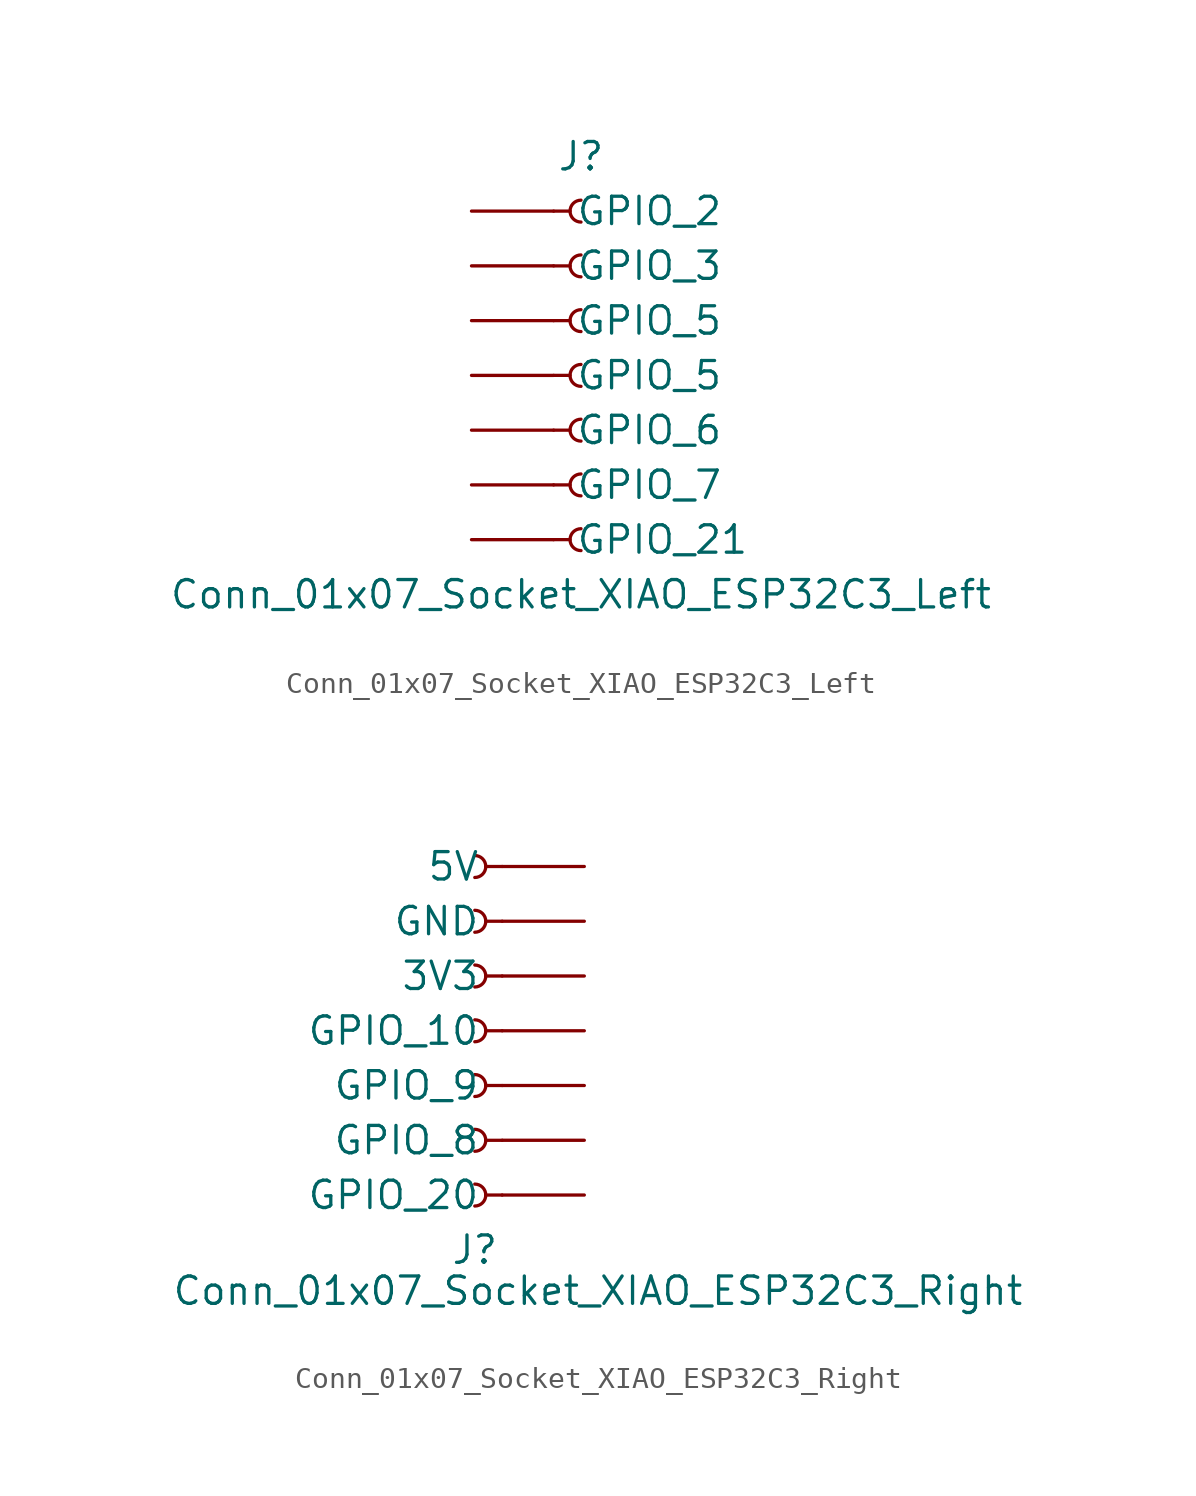
<source format=kicad_sym>
(kicad_symbol_lib
  (version 20241209)
  (generator "kicad_symbol_editor")
  (generator_version "9.0")
  (symbol "Conn_01x07_Socket_XIAO_ESP32C3_Left"
    (pin_numbers
      (hide yes))
    (pin_names
      (offset 1.016))
    (property "Reference" "J"
      (at 0 10.16 0)
      (effects (font (size 1.27 1.27))))
    (property "Value" "Conn_01x07_Socket_XIAO_ESP32C3_Left"
      (at 0 -10.16 0)
      (effects (font (size 1.27 1.27))))
    (symbol "Conn_01x07_Socket_XIAO_ESP32C3_Left_1_1"
      (polyline (pts (xy -1.27 7.62) (xy -0.508 7.62)) (stroke (width 0.152) (type default)) (fill (type none)))
      (polyline (pts (xy -1.27 5.08) (xy -0.508 5.08)) (stroke (width 0.152) (type default)) (fill (type none)))
      (polyline (pts (xy -1.27 2.54) (xy -0.508 2.54)) (stroke (width 0.152) (type default)) (fill (type none)))
      (polyline (pts (xy -1.27 0) (xy -0.508 0)) (stroke (width 0.152) (type default)) (fill (type none)))
      (polyline (pts (xy -1.27 -2.54) (xy -0.508 -2.54)) (stroke (width 0.152) (type default)) (fill (type none)))
      (polyline (pts (xy -1.27 -5.08) (xy -0.508 -5.08)) (stroke (width 0.152) (type default)) (fill (type none)))
      (polyline (pts (xy -1.27 -7.62) (xy -0.508 -7.62)) (stroke (width 0.152) (type default)) (fill (type none)))
      (arc (start 0 7.112) (mid -0.5058 7.62) (end 0 8.128) (stroke (width 0.1524) (type default)) (fill (type none)))
      (arc (start 0 4.572) (mid -0.5058 5.08) (end 0 5.588) (stroke (width 0.1524) (type default)) (fill (type none)))
      (arc (start 0 2.032) (mid -0.5058 2.54) (end 0 3.048) (stroke (width 0.1524) (type default)) (fill (type none)))
      (arc (start 0 -0.508) (mid -0.5058 0) (end 0 0.508) (stroke (width 0.1524) (type default)) (fill (type none)))
      (arc (start 0 -3.048) (mid -0.5058 -2.54) (end 0 -2.032) (stroke (width 0.1524) (type default)) (fill (type none)))
      (arc (start 0 -5.588) (mid -0.5058 -5.08) (end 0 -4.572) (stroke (width 0.1524) (type default)) (fill (type none)))
      (arc (start 0 -8.128) (mid -0.5058 -7.62) (end 0 -7.112) (stroke (width 0.1524) (type default)) (fill (type none)))
      (pin passive line (at -5.08 7.62 0) (length 3.81) (name "GPIO_2" (effects (font (size 1.27 1.27)))) (number "1" (effects (font (size 1.27 1.27)))))
      (pin passive line (at -5.08 5.08 0) (length 3.81) (name "GPIO_3" (effects (font (size 1.27 1.27)))) (number "2" (effects (font (size 1.27 1.27)))))
      (pin passive line (at -5.08 2.54 0) (length 3.81) (name "GPIO_5" (effects (font (size 1.27 1.27)))) (number "3" (effects (font (size 1.27 1.27)))))
      (pin passive line (at -5.08 0 0) (length 3.81) (name "GPIO_5" (effects (font (size 1.27 1.27)))) (number "4" (effects (font (size 1.27 1.27)))))
      (pin passive line (at -5.08 -2.54 0) (length 3.81) (name "GPIO_6" (effects (font (size 1.27 1.27)))) (number "5" (effects (font (size 1.27 1.27)))))
      (pin passive line (at -5.08 -5.08 0) (length 3.81) (name "GPIO_7" (effects (font (size 1.27 1.27)))) (number "6" (effects (font (size 1.27 1.27)))))
      (pin passive line (at -5.08 -7.62 0) (length 3.81) (name "GPIO_21" (effects (font (size 1.27 1.27)))) (number "7" (effects (font (size 1.27 1.27)))))))
  (symbol "Conn_01x07_Socket_XIAO_ESP32C3_Right"
    (pin_numbers
      (hide yes))
    (pin_names
      (offset 1.016))
    (property "Reference" "J"
      (at -5.715 -8.255 0)
      (effects (font (size 1.27 1.27))))
    (property "Value" "Conn_01x07_Socket_XIAO_ESP32C3_Right"
      (at 0 -10.16 0)
      (effects (font (size 1.27 1.27))))
    (symbol "Conn_01x07_Socket_XIAO_ESP32C3_Right_1_1"
      (arc (start -5.715 10.033) (mid -5.2092 9.525) (end -5.715 9.017) (stroke (width 0.1524) (type default)) (fill (type none)))
      (arc (start -5.715 7.493) (mid -5.2092 6.985) (end -5.715 6.477) (stroke (width 0.1524) (type default)) (fill (type none)))
      (arc (start -5.715 4.953) (mid -5.2092 4.445) (end -5.715 3.937) (stroke (width 0.1524) (type default)) (fill (type none)))
      (arc (start -5.715 2.413) (mid -5.2092 1.905) (end -5.715 1.397) (stroke (width 0.1524) (type default)) (fill (type none)))
      (arc (start -5.715 -0.127) (mid -5.2092 -0.635) (end -5.715 -1.143) (stroke (width 0.1524) (type default)) (fill (type none)))
      (arc (start -5.715 -2.667) (mid -5.2092 -3.175) (end -5.715 -3.683) (stroke (width 0.1524) (type default)) (fill (type none)))
      (arc (start -5.715 -5.207) (mid -5.2092 -5.715) (end -5.715 -6.223) (stroke (width 0.1524) (type default)) (fill (type none)))
      (polyline (pts (xy -4.445 9.525) (xy -5.207 9.525)) (stroke (width 0.152) (type default)) (fill (type none)))
      (polyline (pts (xy -4.445 6.985) (xy -5.207 6.985)) (stroke (width 0.152) (type default)) (fill (type none)))
      (polyline (pts (xy -4.445 4.445) (xy -5.207 4.445)) (stroke (width 0.152) (type default)) (fill (type none)))
      (polyline (pts (xy -4.445 1.905) (xy -5.207 1.905)) (stroke (width 0.152) (type default)) (fill (type none)))
      (polyline (pts (xy -4.445 -0.635) (xy -5.207 -0.635)) (stroke (width 0.152) (type default)) (fill (type none)))
      (polyline (pts (xy -4.445 -3.175) (xy -5.207 -3.175)) (stroke (width 0.152) (type default)) (fill (type none)))
      (polyline (pts (xy -4.445 -5.715) (xy -5.207 -5.715)) (stroke (width 0.152) (type default)) (fill (type none)))
      (pin passive line (at -0.635 9.525 180) (length 3.81) (name "5V" (effects (font (size 1.27 1.27)))) (number "7" (effects (font (size 1.27 1.27)))))
      (pin passive line (at -0.635 6.985 180) (length 3.81) (name "GND" (effects (font (size 1.27 1.27)))) (number "6" (effects (font (size 1.27 1.27)))))
      (pin passive line (at -0.635 4.445 180) (length 3.81) (name "3V3" (effects (font (size 1.27 1.27)))) (number "5" (effects (font (size 1.27 1.27)))))
      (pin passive line (at -0.635 1.905 180) (length 3.81) (name "GPIO_10" (effects (font (size 1.27 1.27)))) (number "4" (effects (font (size 1.27 1.27)))))
      (pin passive line (at -0.635 -0.635 180) (length 3.81) (name "GPIO_9" (effects (font (size 1.27 1.27)))) (number "3" (effects (font (size 1.27 1.27)))))
      (pin passive line (at -0.635 -3.175 180) (length 3.81) (name "GPIO_8" (effects (font (size 1.27 1.27)))) (number "2" (effects (font (size 1.27 1.27)))))
      (pin passive line (at -0.635 -5.715 180) (length 3.81) (name "GPIO_20" (effects (font (size 1.27 1.27)))) (number "1" (effects (font (size 1.27 1.27))))))))
</source>
